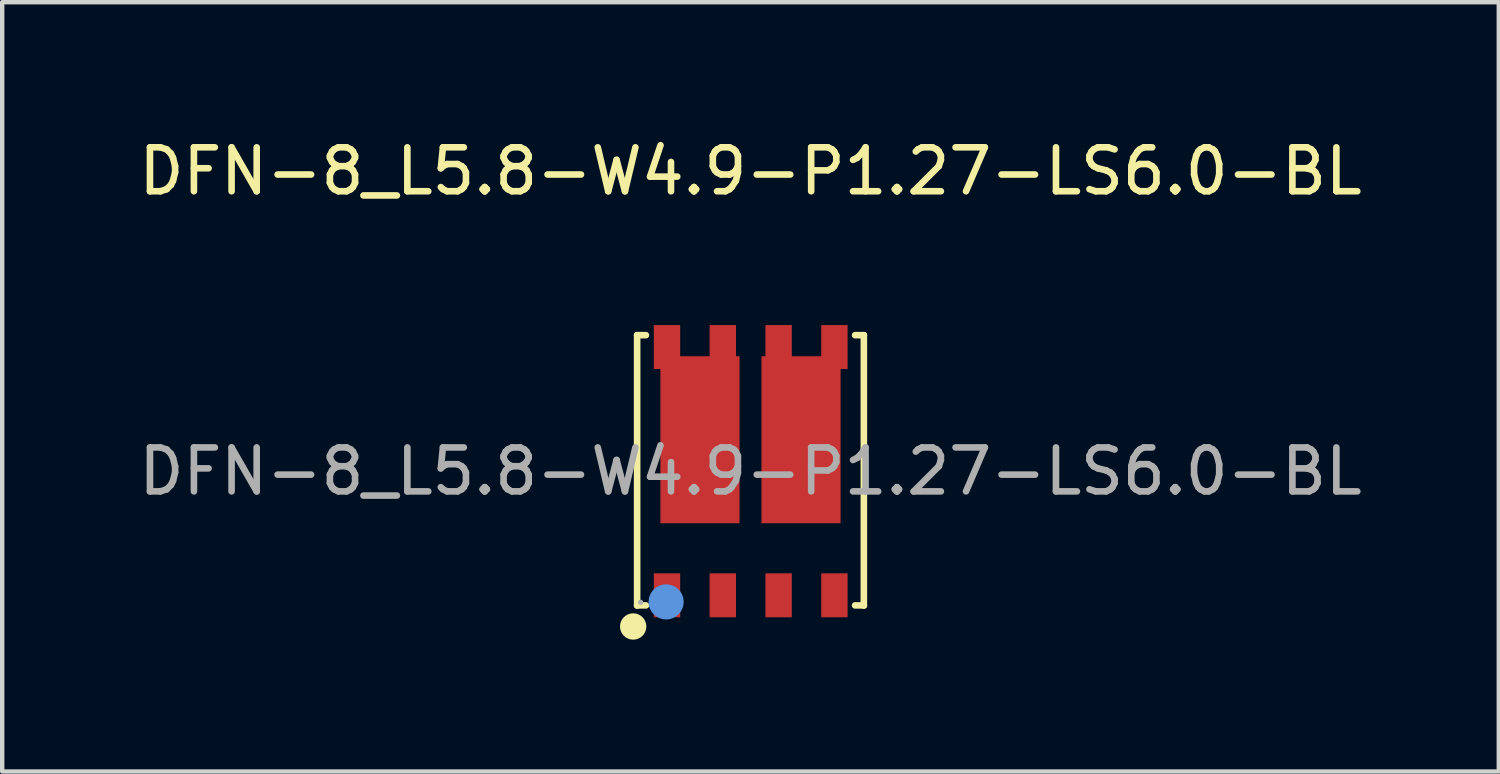
<source format=kicad_pcb>
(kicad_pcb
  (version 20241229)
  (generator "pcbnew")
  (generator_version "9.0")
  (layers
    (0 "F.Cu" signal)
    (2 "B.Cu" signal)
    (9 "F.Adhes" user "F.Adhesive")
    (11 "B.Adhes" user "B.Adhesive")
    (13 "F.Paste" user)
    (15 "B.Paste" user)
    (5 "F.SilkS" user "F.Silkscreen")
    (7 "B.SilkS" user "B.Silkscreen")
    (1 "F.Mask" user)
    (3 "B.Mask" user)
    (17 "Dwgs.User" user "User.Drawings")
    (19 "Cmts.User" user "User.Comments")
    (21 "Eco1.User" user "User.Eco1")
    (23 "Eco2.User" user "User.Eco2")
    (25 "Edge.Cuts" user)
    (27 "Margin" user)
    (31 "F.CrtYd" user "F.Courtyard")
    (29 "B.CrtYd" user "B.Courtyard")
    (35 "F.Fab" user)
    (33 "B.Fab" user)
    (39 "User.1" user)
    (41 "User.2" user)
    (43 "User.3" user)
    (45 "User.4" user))
  (footprint "DFN-8_L5.8-W4.9-P1.27-LS6.0-BL"
    (layer "F.Cu")
    (at 14.03 7.678)
    (property "Reference" "DFN-8_L5.8-W4.9-P1.27-LS6.0-BL" (at 0 -6.83 0) (layer "F.SilkS") (effects (font (size 1 1) (thickness 0.15))))
    (attr through_hole)
    (fp_line (start -2.58 -3.1) (end -2.58 -3.1) (stroke (width 0.15) (type solid)) (layer "F.SilkS"))
    (fp_line (start -2.58 -3.1) (end -2.38 -3.1) (stroke (width 0.15) (type solid)) (layer "F.SilkS"))
    (fp_line (start -2.58 3.05) (end -2.58 -3.1) (stroke (width 0.15) (type solid)) (layer "F.SilkS"))
    (fp_line (start -2.58 3.05) (end -2.58 3.05) (stroke (width 0.15) (type solid)) (layer "F.SilkS"))
    (fp_line (start -2.38 3.05) (end -2.58 3.05) (stroke (width 0.15) (type solid)) (layer "F.SilkS"))
    (fp_line (start 2.38 3.05) (end 2.58 3.05) (stroke (width 0.15) (type solid)) (layer "F.SilkS"))
    (fp_line (start 2.58 -3.1) (end 2.38 -3.1) (stroke (width 0.15) (type solid)) (layer "F.SilkS"))
    (fp_line (start 2.58 -3.1) (end 2.58 -3.1) (stroke (width 0.15) (type solid)) (layer "F.SilkS"))
    (fp_line (start 2.58 3.05) (end 2.58 -3.1) (stroke (width 0.15) (type solid)) (layer "F.SilkS"))
    (fp_line (start 2.58 3.05) (end 2.58 3.05) (stroke (width 0.15) (type solid)) (layer "F.SilkS"))
    (fp_circle (center -2.67 3.53) (end -2.52 3.53) (stroke (width 0.3) (type solid)) (fill no) (layer "F.SilkS"))
    (fp_circle (center -1.92 2.97) (end -1.72 2.97) (stroke (width 0.4) (type solid)) (fill no) (layer "Cmts.User"))
    (fp_circle (center -2.5 2.98) (end -2.47 2.98) (stroke (width 0.06) (type solid)) (fill no) (layer "F.Fab"))
    (fp_text user "${REFERENCE}" (at 0 0 0) (layer "F.Fab") (effects (font (size 1 1) (thickness 0.15))))
    (pad "1" smd rect (at -1.9 2.82) (size 0.6 1) (layers "F.Cu" "F.Mask" "F.Paste"))
    (pad "2" smd rect (at -0.63 2.82) (size 0.6 1) (layers "F.Cu" "F.Mask" "F.Paste"))
    (pad "3" smd rect (at 0.64 2.82) (size 0.6 1) (layers "F.Cu" "F.Mask" "F.Paste"))
    (pad "4" smd rect (at 1.91 2.82) (size 0.6 1) (layers "F.Cu" "F.Mask" "F.Paste"))
    (pad "5" smd rect (at 1.91 -2.83) (size 0.6 1) (layers "F.Cu" "F.Mask" "F.Paste"))
    (pad "6" smd rect (at 0.64 -2.83) (size 0.6 1) (layers "F.Cu" "F.Mask" "F.Paste"))
    (pad "6" smd rect (at 1.15 -0.72) (size 1.8 3.8) (layers "F.Cu" "F.Mask" "F.Paste"))
    (pad "7" smd rect (at -0.63 -2.83) (size 0.6 1) (layers "F.Cu" "F.Mask" "F.Paste"))
    (pad "8" smd rect (at -1.9 -2.83) (size 0.6 1) (layers "F.Cu" "F.Mask" "F.Paste"))
    (pad "8" smd rect (at -1.15 -0.72) (size 1.8 3.8) (layers "F.Cu" "F.Mask" "F.Paste")))
  (gr_rect
    (start -3 -3)
    (end 31.06 14.508)
    (stroke (width 0.1) (type default))
    (fill no)
    (layer "Edge.Cuts")))
</source>
